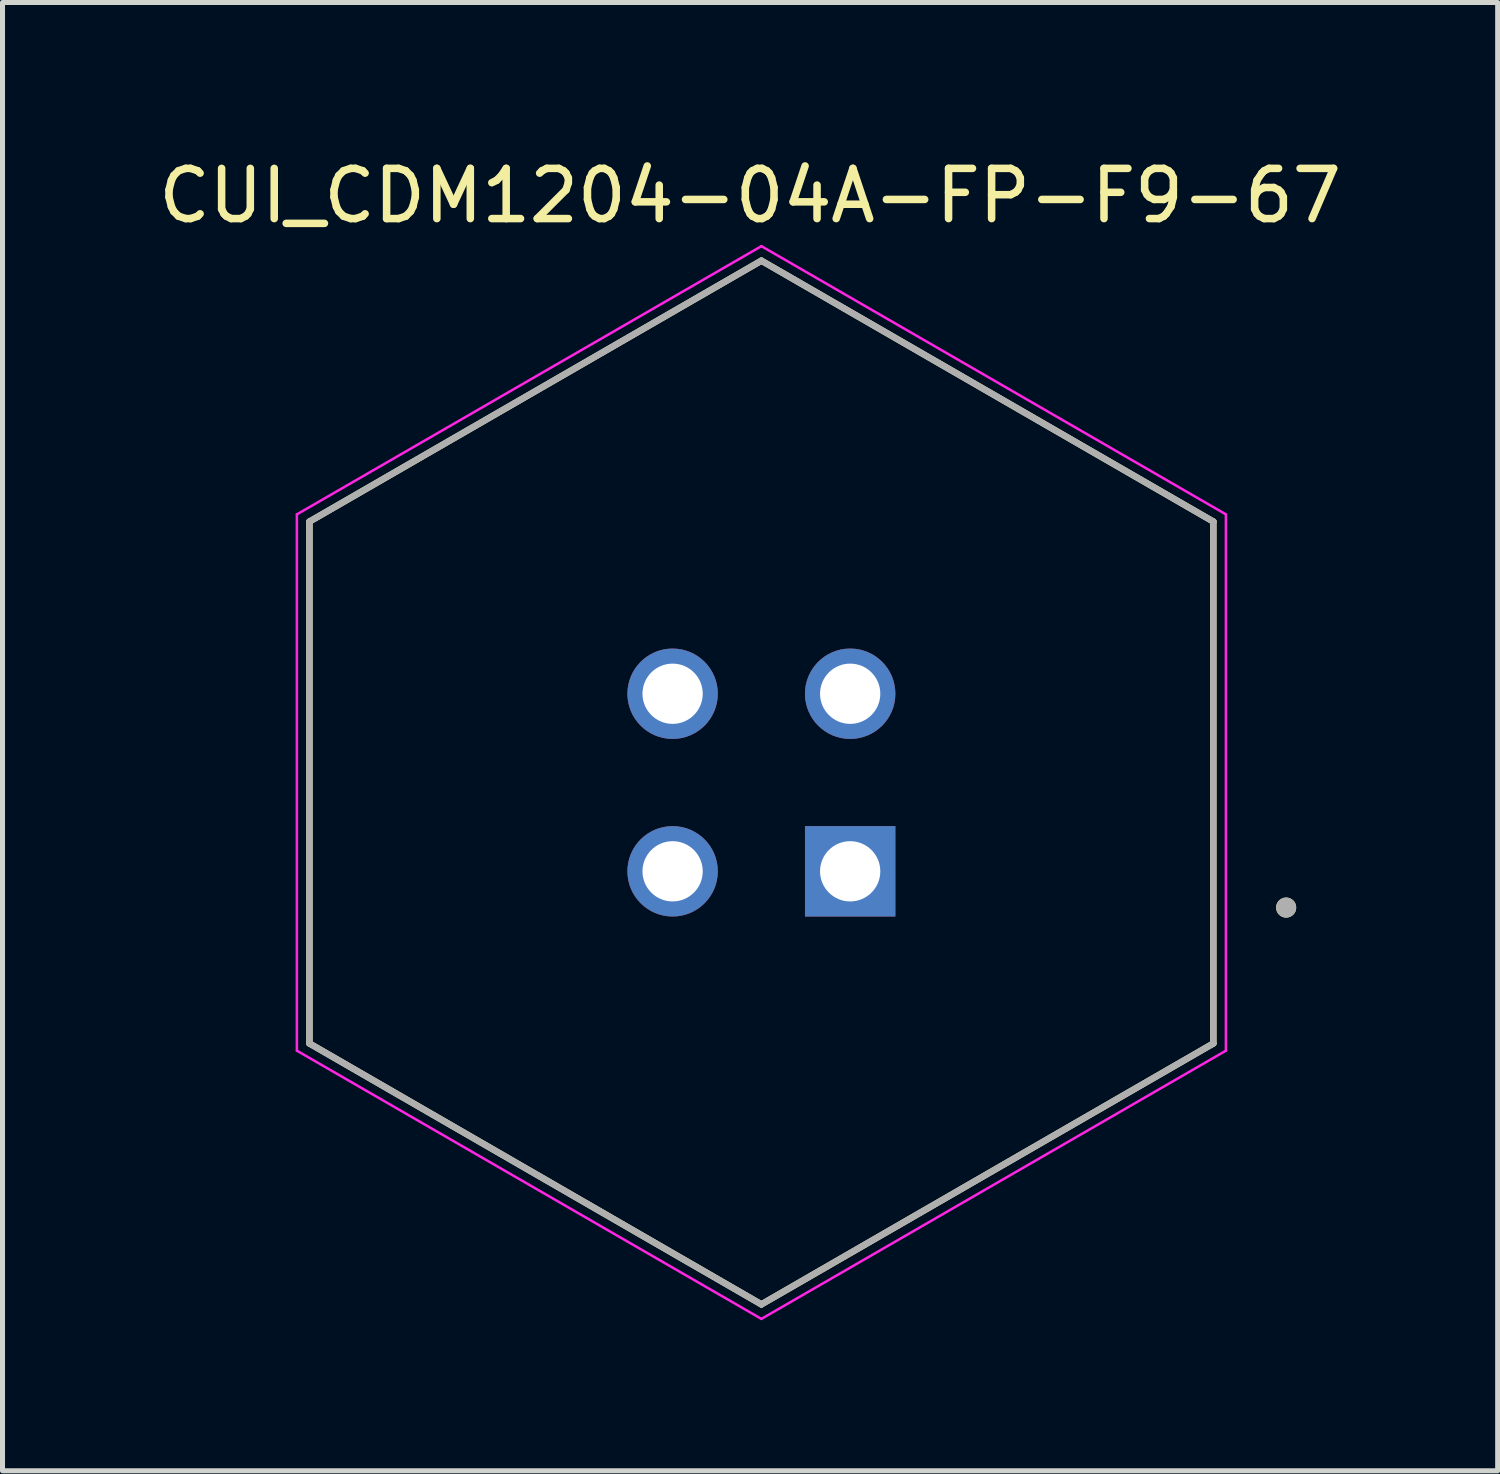
<source format=kicad_pcb>
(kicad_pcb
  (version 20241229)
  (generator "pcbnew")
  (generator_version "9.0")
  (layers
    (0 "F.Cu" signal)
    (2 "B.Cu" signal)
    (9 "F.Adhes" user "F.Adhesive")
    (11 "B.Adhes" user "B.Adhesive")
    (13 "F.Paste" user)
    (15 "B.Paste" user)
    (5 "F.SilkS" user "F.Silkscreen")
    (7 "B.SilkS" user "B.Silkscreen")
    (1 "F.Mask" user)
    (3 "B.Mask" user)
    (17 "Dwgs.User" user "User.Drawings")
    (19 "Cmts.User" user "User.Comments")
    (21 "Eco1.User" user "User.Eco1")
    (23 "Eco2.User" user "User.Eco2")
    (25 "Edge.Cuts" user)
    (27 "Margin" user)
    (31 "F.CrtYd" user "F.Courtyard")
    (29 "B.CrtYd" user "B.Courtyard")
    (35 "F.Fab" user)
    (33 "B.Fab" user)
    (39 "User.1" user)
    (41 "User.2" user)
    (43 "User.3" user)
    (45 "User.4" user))
  (footprint "CUI_CDM1204-04A-FP-F9-67"
    (layer "F.Cu")
    (at 12.112 12.533)
    (property "Reference" "CUI_CDM1204-04A-FP-F9-67" (at -0.225 -11.685 0) (layer "F.SilkS") (effects (font (size 1 1) (thickness 0.15))))
    (attr through_hole)
    (fp_line (start -9 -5.196) (end -9 5.196) (stroke (width 0.127) (type solid)) (layer "F.SilkS"))
    (fp_line (start -9 5.196) (end 0 10.392) (stroke (width 0.127) (type solid)) (layer "F.SilkS"))
    (fp_line (start 0 -10.392) (end -9 -5.196) (stroke (width 0.127) (type solid)) (layer "F.SilkS"))
    (fp_line (start 0 10.392) (end 9 5.196) (stroke (width 0.127) (type solid)) (layer "F.SilkS"))
    (fp_line (start 9 -5.196) (end 0 -10.392) (stroke (width 0.127) (type solid)) (layer "F.SilkS"))
    (fp_line (start 9 5.196) (end 9 -5.196) (stroke (width 0.127) (type solid)) (layer "F.SilkS"))
    (fp_circle (center 10.45 2.49) (end 10.55 2.49) (stroke (width 0.2) (type solid)) (fill no) (layer "F.SilkS"))
    (fp_line (start -9.25 -5.34) (end -9.25 5.34) (stroke (width 0.05) (type solid)) (layer "F.CrtYd"))
    (fp_line (start -9.25 5.34) (end 0 10.681) (stroke (width 0.05) (type solid)) (layer "F.CrtYd"))
    (fp_line (start 0 -10.681) (end -9.25 -5.34) (stroke (width 0.05) (type solid)) (layer "F.CrtYd"))
    (fp_line (start 0 10.681) (end 9.25 5.34) (stroke (width 0.05) (type solid)) (layer "F.CrtYd"))
    (fp_line (start 9.25 -5.34) (end 0 -10.681) (stroke (width 0.05) (type solid)) (layer "F.CrtYd"))
    (fp_line (start 9.25 5.34) (end 9.25 -5.34) (stroke (width 0.05) (type solid)) (layer "F.CrtYd"))
    (fp_line (start -9 -5.196) (end -9 5.196) (stroke (width 0.127) (type solid)) (layer "F.Fab"))
    (fp_line (start -9 5.196) (end 0 10.392) (stroke (width 0.127) (type solid)) (layer "F.Fab"))
    (fp_line (start 0 -10.392) (end -9 -5.196) (stroke (width 0.127) (type solid)) (layer "F.Fab"))
    (fp_line (start 0 10.392) (end 9 5.196) (stroke (width 0.127) (type solid)) (layer "F.Fab"))
    (fp_line (start 9 -5.196) (end 0 -10.392) (stroke (width 0.127) (type solid)) (layer "F.Fab"))
    (fp_line (start 9 5.196) (end 9 -5.196) (stroke (width 0.127) (type solid)) (layer "F.Fab"))
    (fp_circle (center 10.45 2.49) (end 10.55 2.49) (stroke (width 0.2) (type solid)) (fill no) (layer "F.Fab"))
    (pad "1" thru_hole rect (at 1.768 1.768) (size 1.8 1.8) (drill 1.2) (layers "*.Cu" "*.Mask"))
    (pad "2" thru_hole circle (at -1.768 1.768) (size 1.8 1.8) (drill 1.2) (layers "*.Cu" "*.Mask"))
    (pad "3" thru_hole circle (at -1.768 -1.768) (size 1.8 1.8) (drill 1.2) (layers "*.Cu" "*.Mask"))
    (pad "4" thru_hole circle (at 1.768 -1.768) (size 1.8 1.8) (drill 1.2) (layers "*.Cu" "*.Mask")))
  (gr_rect
    (start -3 -3)
    (end 26.774 26.239)
    (stroke (width 0.1) (type default))
    (fill no)
    (layer "Edge.Cuts")))
</source>
